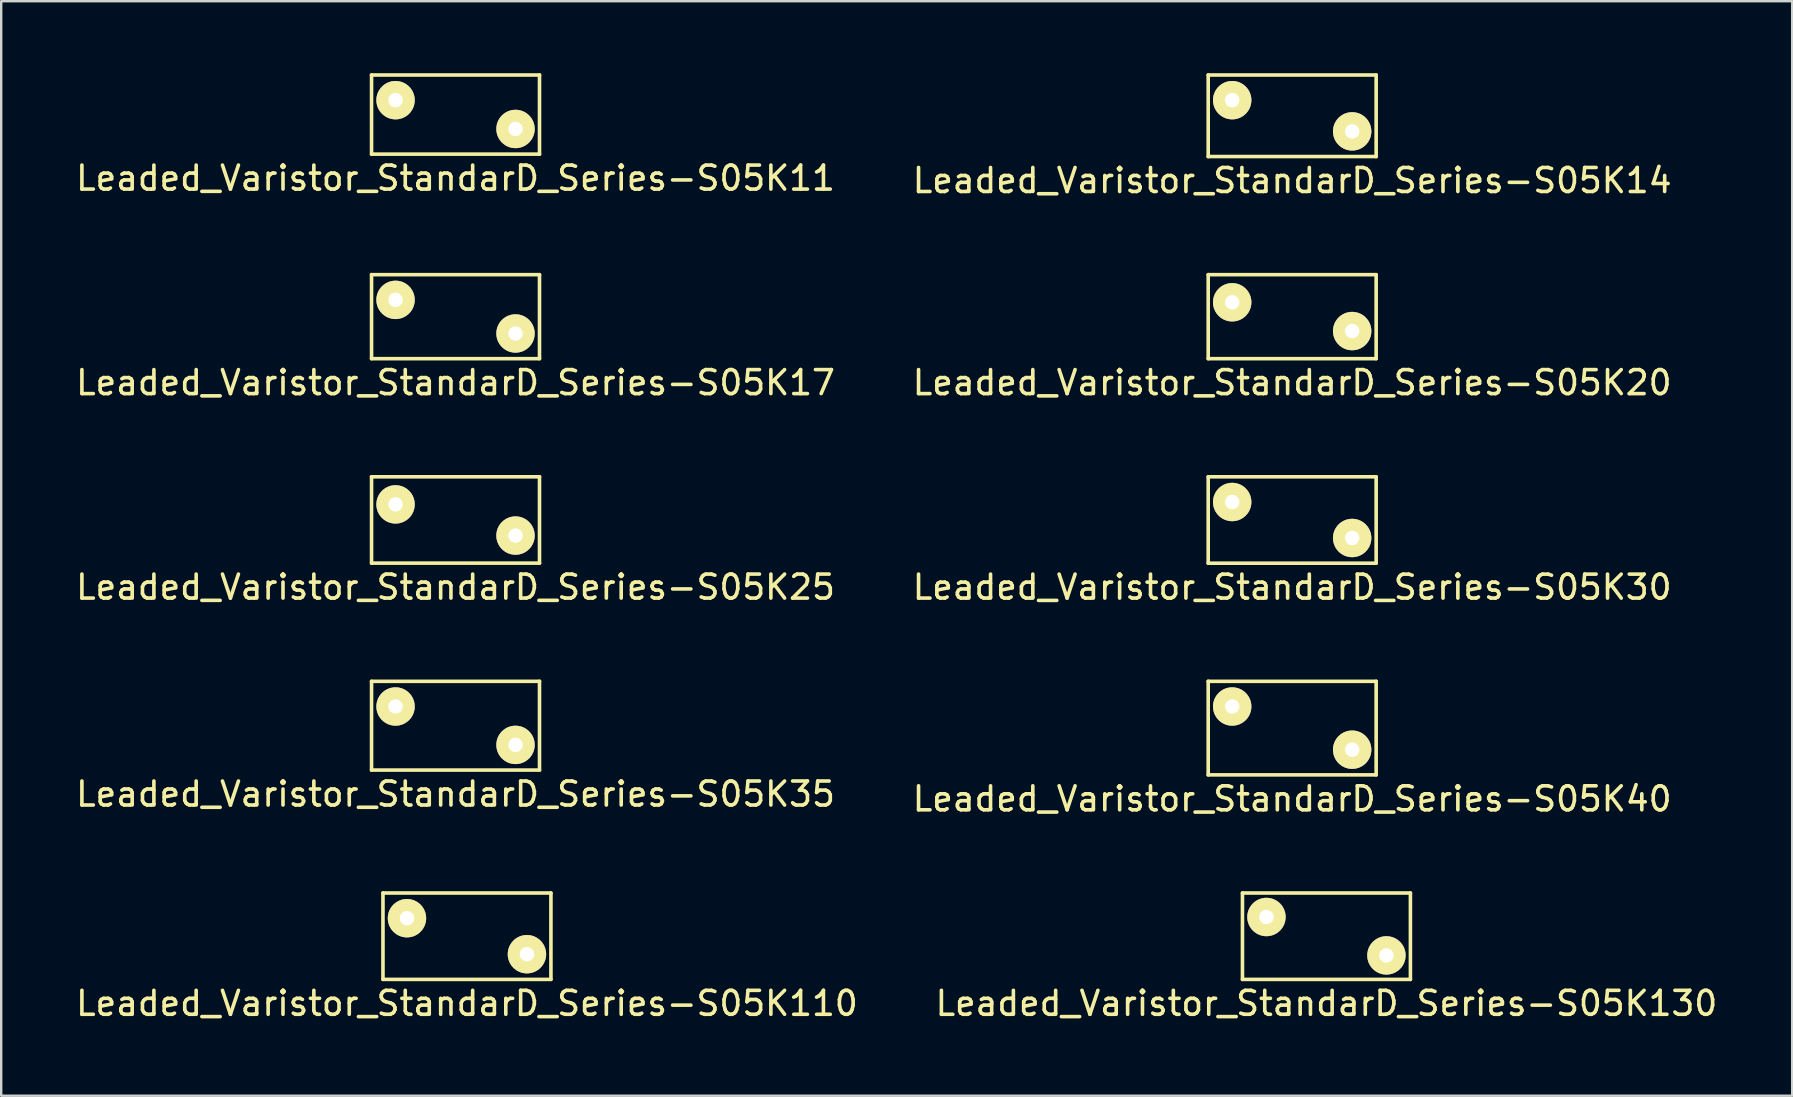
<source format=kicad_pcb>
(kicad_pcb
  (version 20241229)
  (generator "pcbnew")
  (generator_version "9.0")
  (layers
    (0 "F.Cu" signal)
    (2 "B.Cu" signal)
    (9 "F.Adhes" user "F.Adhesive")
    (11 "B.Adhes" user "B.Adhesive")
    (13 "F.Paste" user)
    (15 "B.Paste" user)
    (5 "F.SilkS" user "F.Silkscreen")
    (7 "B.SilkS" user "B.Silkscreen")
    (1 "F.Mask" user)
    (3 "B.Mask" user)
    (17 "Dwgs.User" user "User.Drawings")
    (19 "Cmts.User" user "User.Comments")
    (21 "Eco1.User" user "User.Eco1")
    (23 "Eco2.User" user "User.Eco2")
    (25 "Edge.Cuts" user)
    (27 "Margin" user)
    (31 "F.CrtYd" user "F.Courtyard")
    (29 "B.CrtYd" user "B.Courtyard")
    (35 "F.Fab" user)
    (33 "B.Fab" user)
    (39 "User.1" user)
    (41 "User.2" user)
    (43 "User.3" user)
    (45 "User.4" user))
  (footprint "Leaded_Varistor_StandarD_Series-S05K14"
    (layer "F.Cu")
    (at 48.304 1.125)
    (property "Reference" "Leaded_Varistor_StandarD_Series-S05K14" (at 2.5 3.35 0) (layer "F.SilkS") (effects (font (size 1 1) (thickness 0.15))))
    (attr through_hole)
    (fp_line (start -1 -1.05) (end -1 2.35) (stroke (width 0.15) (type solid)) (layer "F.SilkS"))
    (fp_line (start -1 -1.05) (end 6 -1.05) (stroke (width 0.15) (type solid)) (layer "F.SilkS"))
    (fp_line (start -1 2.35) (end 6 2.35) (stroke (width 0.15) (type solid)) (layer "F.SilkS"))
    (fp_line (start 6 -1.05) (end 6 2.35) (stroke (width 0.15) (type solid)) (layer "F.SilkS"))
    (pad "1" thru_hole circle (at 0 0) (size 1.6 1.6) (drill 0.6) (layers "*.Cu" "*.Mask" "F.SilkS"))
    (pad "2" thru_hole circle (at 5 1.3) (size 1.6 1.6) (drill 0.6) (layers "*.Cu" "*.Mask" "F.SilkS")))
  (footprint "Leaded_Varistor_StandarD_Series-S05K40"
    (layer "F.Cu")
    (at 48.304 26.395)
    (property "Reference" "Leaded_Varistor_StandarD_Series-S05K40" (at 2.5 3.85 0) (layer "F.SilkS") (effects (font (size 1 1) (thickness 0.15))))
    (attr through_hole)
    (fp_line (start -1 -1.05) (end -1 2.85) (stroke (width 0.15) (type solid)) (layer "F.SilkS"))
    (fp_line (start -1 -1.05) (end 6 -1.05) (stroke (width 0.15) (type solid)) (layer "F.SilkS"))
    (fp_line (start -1 2.85) (end 6 2.85) (stroke (width 0.15) (type solid)) (layer "F.SilkS"))
    (fp_line (start 6 -1.05) (end 6 2.85) (stroke (width 0.15) (type solid)) (layer "F.SilkS"))
    (pad "1" thru_hole circle (at 0 0) (size 1.6 1.6) (drill 0.6) (layers "*.Cu" "*.Mask" "F.SilkS"))
    (pad "2" thru_hole circle (at 5 1.8) (size 1.6 1.6) (drill 0.6) (layers "*.Cu" "*.Mask" "F.SilkS")))
  (footprint "Leaded_Varistor_StandarD_Series-S05K110"
    (layer "F.Cu")
    (at 13.911 35.218)
    (property "Reference" "Leaded_Varistor_StandarD_Series-S05K110" (at 2.5 3.55 0) (layer "F.SilkS") (effects (font (size 1 1) (thickness 0.15))))
    (attr through_hole)
    (fp_line (start -1 -1.05) (end -1 2.55) (stroke (width 0.15) (type solid)) (layer "F.SilkS"))
    (fp_line (start -1 -1.05) (end 6 -1.05) (stroke (width 0.15) (type solid)) (layer "F.SilkS"))
    (fp_line (start -1 2.55) (end 6 2.55) (stroke (width 0.15) (type solid)) (layer "F.SilkS"))
    (fp_line (start 6 -1.05) (end 6 2.55) (stroke (width 0.15) (type solid)) (layer "F.SilkS"))
    (pad "1" thru_hole circle (at 0 0) (size 1.6 1.6) (drill 0.6) (layers "*.Cu" "*.Mask" "F.SilkS"))
    (pad "2" thru_hole circle (at 5 1.5) (size 1.6 1.6) (drill 0.6) (layers "*.Cu" "*.Mask" "F.SilkS")))
  (footprint "Leaded_Varistor_StandarD_Series-S05K11"
    (layer "F.Cu")
    (at 13.435 1.125)
    (property "Reference" "Leaded_Varistor_StandarD_Series-S05K11" (at 2.5 3.25 0) (layer "F.SilkS") (effects (font (size 1 1) (thickness 0.15))))
    (attr through_hole)
    (fp_line (start -1 -1.05) (end -1 2.25) (stroke (width 0.15) (type solid)) (layer "F.SilkS"))
    (fp_line (start -1 -1.05) (end 6 -1.05) (stroke (width 0.15) (type solid)) (layer "F.SilkS"))
    (fp_line (start -1 2.25) (end 6 2.25) (stroke (width 0.15) (type solid)) (layer "F.SilkS"))
    (fp_line (start 6 -1.05) (end 6 2.25) (stroke (width 0.15) (type solid)) (layer "F.SilkS"))
    (pad "1" thru_hole circle (at 0 0) (size 1.6 1.6) (drill 0.6) (layers "*.Cu" "*.Mask" "F.SilkS"))
    (pad "2" thru_hole circle (at 5 1.2) (size 1.6 1.6) (drill 0.6) (layers "*.Cu" "*.Mask" "F.SilkS")))
  (footprint "Leaded_Varistor_StandarD_Series-S05K20"
    (layer "F.Cu")
    (at 48.304 9.548)
    (property "Reference" "Leaded_Varistor_StandarD_Series-S05K20" (at 2.5 3.35 0) (layer "F.SilkS") (effects (font (size 1 1) (thickness 0.15))))
    (attr through_hole)
    (fp_line (start -1 -1.15) (end -1 2.35) (stroke (width 0.15) (type solid)) (layer "F.SilkS"))
    (fp_line (start -1 -1.15) (end 6 -1.15) (stroke (width 0.15) (type solid)) (layer "F.SilkS"))
    (fp_line (start -1 2.35) (end 6 2.35) (stroke (width 0.15) (type solid)) (layer "F.SilkS"))
    (fp_line (start 6 -1.15) (end 6 2.35) (stroke (width 0.15) (type solid)) (layer "F.SilkS"))
    (pad "1" thru_hole circle (at 0 0) (size 1.6 1.6) (drill 0.6) (layers "*.Cu" "*.Mask" "F.SilkS"))
    (pad "2" thru_hole circle (at 5 1.2) (size 1.6 1.6) (drill 0.6) (layers "*.Cu" "*.Mask" "F.SilkS")))
  (footprint "Leaded_Varistor_StandarD_Series-S05K30"
    (layer "F.Cu")
    (at 48.304 17.872)
    (property "Reference" "Leaded_Varistor_StandarD_Series-S05K30" (at 2.5 3.55 0) (layer "F.SilkS") (effects (font (size 1 1) (thickness 0.15))))
    (attr through_hole)
    (fp_line (start -1 -1.05) (end -1 2.55) (stroke (width 0.15) (type solid)) (layer "F.SilkS"))
    (fp_line (start -1 -1.05) (end 6 -1.05) (stroke (width 0.15) (type solid)) (layer "F.SilkS"))
    (fp_line (start -1 2.55) (end 6 2.55) (stroke (width 0.15) (type solid)) (layer "F.SilkS"))
    (fp_line (start 6 -1.05) (end 6 2.55) (stroke (width 0.15) (type solid)) (layer "F.SilkS"))
    (pad "1" thru_hole circle (at 0 0) (size 1.6 1.6) (drill 0.6) (layers "*.Cu" "*.Mask" "F.SilkS"))
    (pad "2" thru_hole circle (at 5 1.5) (size 1.6 1.6) (drill 0.6) (layers "*.Cu" "*.Mask" "F.SilkS")))
  (footprint "Leaded_Varistor_StandarD_Series-S05K25"
    (layer "F.Cu")
    (at 13.435 17.971)
    (property "Reference" "Leaded_Varistor_StandarD_Series-S05K25" (at 2.5 3.45 0) (layer "F.SilkS") (effects (font (size 1 1) (thickness 0.15))))
    (attr through_hole)
    (fp_line (start -1 -1.15) (end -1 2.45) (stroke (width 0.15) (type solid)) (layer "F.SilkS"))
    (fp_line (start -1 -1.15) (end 6 -1.15) (stroke (width 0.15) (type solid)) (layer "F.SilkS"))
    (fp_line (start -1 2.45) (end 6 2.45) (stroke (width 0.15) (type solid)) (layer "F.SilkS"))
    (fp_line (start 6 -1.15) (end 6 2.45) (stroke (width 0.15) (type solid)) (layer "F.SilkS"))
    (pad "1" thru_hole circle (at 0 0) (size 1.6 1.6) (drill 0.6) (layers "*.Cu" "*.Mask" "F.SilkS"))
    (pad "2" thru_hole circle (at 5 1.3) (size 1.6 1.6) (drill 0.6) (layers "*.Cu" "*.Mask" "F.SilkS")))
  (footprint "Leaded_Varistor_StandarD_Series-S05K35"
    (layer "F.Cu")
    (at 13.435 26.395)
    (property "Reference" "Leaded_Varistor_StandarD_Series-S05K35" (at 2.5 3.65 0) (layer "F.SilkS") (effects (font (size 1 1) (thickness 0.15))))
    (attr through_hole)
    (fp_line (start -1 -1.05) (end -1 2.65) (stroke (width 0.15) (type solid)) (layer "F.SilkS"))
    (fp_line (start -1 -1.05) (end 6 -1.05) (stroke (width 0.15) (type solid)) (layer "F.SilkS"))
    (fp_line (start -1 2.65) (end 6 2.65) (stroke (width 0.15) (type solid)) (layer "F.SilkS"))
    (fp_line (start 6 -1.05) (end 6 2.65) (stroke (width 0.15) (type solid)) (layer "F.SilkS"))
    (pad "1" thru_hole circle (at 0 0) (size 1.6 1.6) (drill 0.6) (layers "*.Cu" "*.Mask" "F.SilkS"))
    (pad "2" thru_hole circle (at 5 1.6) (size 1.6 1.6) (drill 0.6) (layers "*.Cu" "*.Mask" "F.SilkS")))
  (footprint "Leaded_Varistor_StandarD_Series-S05K17"
    (layer "F.Cu")
    (at 13.435 9.448)
    (property "Reference" "Leaded_Varistor_StandarD_Series-S05K17" (at 2.5 3.45 0) (layer "F.SilkS") (effects (font (size 1 1) (thickness 0.15))))
    (attr through_hole)
    (fp_line (start -1 -1.05) (end -1 2.45) (stroke (width 0.15) (type solid)) (layer "F.SilkS"))
    (fp_line (start -1 -1.05) (end 6 -1.05) (stroke (width 0.15) (type solid)) (layer "F.SilkS"))
    (fp_line (start -1 2.45) (end 6 2.45) (stroke (width 0.15) (type solid)) (layer "F.SilkS"))
    (fp_line (start 6 -1.05) (end 6 2.45) (stroke (width 0.15) (type solid)) (layer "F.SilkS"))
    (pad "1" thru_hole circle (at 0 0) (size 1.6 1.6) (drill 0.6) (layers "*.Cu" "*.Mask" "F.SilkS"))
    (pad "2" thru_hole circle (at 5 1.4) (size 1.6 1.6) (drill 0.6) (layers "*.Cu" "*.Mask" "F.SilkS")))
  (footprint "Leaded_Varistor_StandarD_Series-S05K130"
    (layer "F.Cu")
    (at 49.732 35.168)
    (property "Reference" "Leaded_Varistor_StandarD_Series-S05K130" (at 2.5 3.6 0) (layer "F.SilkS") (effects (font (size 1 1) (thickness 0.15))))
    (attr through_hole)
    (fp_line (start -1 -1) (end -1 2.6) (stroke (width 0.15) (type solid)) (layer "F.SilkS"))
    (fp_line (start -1 -1) (end 6 -1) (stroke (width 0.15) (type solid)) (layer "F.SilkS"))
    (fp_line (start -1 2.6) (end 6 2.6) (stroke (width 0.15) (type solid)) (layer "F.SilkS"))
    (fp_line (start 6 -1) (end 6 2.6) (stroke (width 0.15) (type solid)) (layer "F.SilkS"))
    (pad "1" thru_hole circle (at 0 0) (size 1.6 1.6) (drill 0.6) (layers "*.Cu" "*.Mask" "F.SilkS"))
    (pad "2" thru_hole circle (at 5 1.6) (size 1.6 1.6) (drill 0.6) (layers "*.Cu" "*.Mask" "F.SilkS")))
  (gr_rect
    (start -3 -3)
    (end 71.643 42.616)
    (stroke (width 0.1) (type default))
    (fill no)
    (layer "Edge.Cuts")))
</source>
